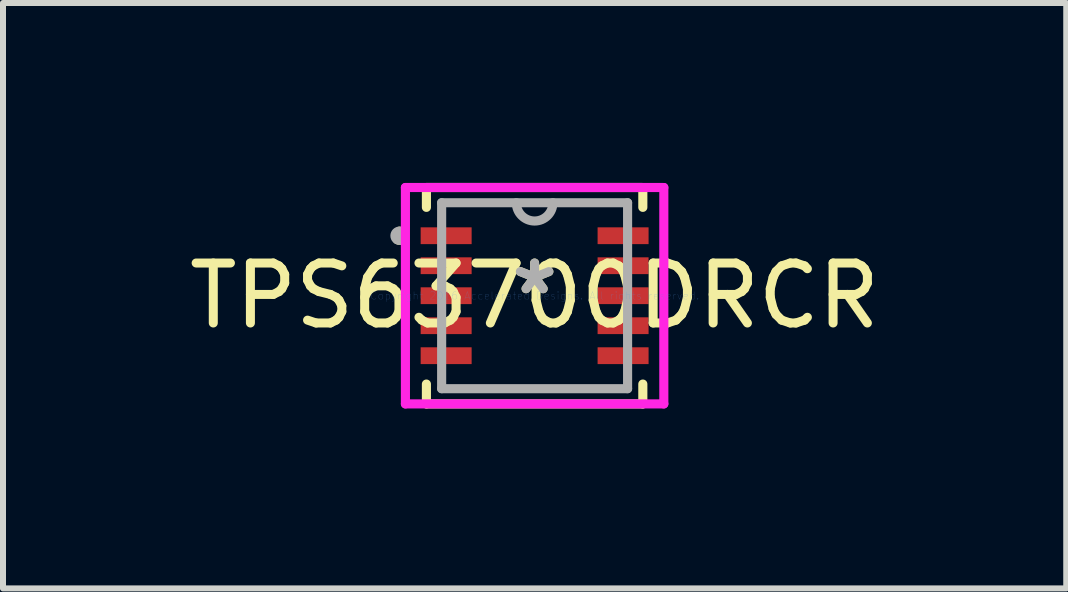
<source format=kicad_pcb>
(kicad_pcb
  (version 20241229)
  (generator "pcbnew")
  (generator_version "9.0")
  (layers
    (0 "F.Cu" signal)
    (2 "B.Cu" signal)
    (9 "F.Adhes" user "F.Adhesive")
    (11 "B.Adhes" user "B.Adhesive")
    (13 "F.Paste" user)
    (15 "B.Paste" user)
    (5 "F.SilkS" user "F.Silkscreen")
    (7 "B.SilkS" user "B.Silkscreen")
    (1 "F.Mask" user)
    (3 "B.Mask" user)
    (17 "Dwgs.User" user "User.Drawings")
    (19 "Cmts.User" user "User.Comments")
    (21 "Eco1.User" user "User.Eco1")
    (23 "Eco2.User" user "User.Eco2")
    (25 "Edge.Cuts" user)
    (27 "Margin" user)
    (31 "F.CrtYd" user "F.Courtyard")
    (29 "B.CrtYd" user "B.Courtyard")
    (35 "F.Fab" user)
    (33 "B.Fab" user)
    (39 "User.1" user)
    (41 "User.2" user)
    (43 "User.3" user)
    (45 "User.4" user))
  (footprint "TPS63700DRCR"
    (layer "F.Cu")
    (at 5.863 1.88)
    (property "Reference" "TPS63700DRCR" (at 0 0 0) (layer "F.SilkS") (effects (font (size 1 1) (thickness 0.15))))
    (attr through_hole)
    (fp_line (start -1.935 -1.175) (end -1.935 -0.825) (stroke (width 0.152) (type solid)) (layer "F.Mask"))
    (fp_line (start -1.935 -0.825) (end -1.015 -0.825) (stroke (width 0.152) (type solid)) (layer "F.Mask"))
    (fp_line (start -1.935 -0.675) (end -1.935 -0.325) (stroke (width 0.152) (type solid)) (layer "F.Mask"))
    (fp_line (start -1.935 -0.325) (end -1.015 -0.325) (stroke (width 0.152) (type solid)) (layer "F.Mask"))
    (fp_line (start -1.935 -0.175) (end -1.935 0.175) (stroke (width 0.152) (type solid)) (layer "F.Mask"))
    (fp_line (start -1.935 0.175) (end -1.015 0.175) (stroke (width 0.152) (type solid)) (layer "F.Mask"))
    (fp_line (start -1.935 0.325) (end -1.935 0.675) (stroke (width 0.152) (type solid)) (layer "F.Mask"))
    (fp_line (start -1.935 0.675) (end -1.015 0.675) (stroke (width 0.152) (type solid)) (layer "F.Mask"))
    (fp_line (start -1.935 0.825) (end -1.935 1.175) (stroke (width 0.152) (type solid)) (layer "F.Mask"))
    (fp_line (start -1.935 1.175) (end -1.015 1.175) (stroke (width 0.152) (type solid)) (layer "F.Mask"))
    (fp_line (start -1.015 -1.175) (end -1.935 -1.175) (stroke (width 0.152) (type solid)) (layer "F.Mask"))
    (fp_line (start -1.015 -0.825) (end -1.015 -1.175) (stroke (width 0.152) (type solid)) (layer "F.Mask"))
    (fp_line (start -1.015 -0.675) (end -1.935 -0.675) (stroke (width 0.152) (type solid)) (layer "F.Mask"))
    (fp_line (start -1.015 -0.325) (end -1.015 -0.675) (stroke (width 0.152) (type solid)) (layer "F.Mask"))
    (fp_line (start -1.015 -0.175) (end -1.935 -0.175) (stroke (width 0.152) (type solid)) (layer "F.Mask"))
    (fp_line (start -1.015 0.175) (end -1.015 -0.175) (stroke (width 0.152) (type solid)) (layer "F.Mask"))
    (fp_line (start -1.015 0.325) (end -1.935 0.325) (stroke (width 0.152) (type solid)) (layer "F.Mask"))
    (fp_line (start -1.015 0.675) (end -1.015 0.325) (stroke (width 0.152) (type solid)) (layer "F.Mask"))
    (fp_line (start -1.015 0.825) (end -1.935 0.825) (stroke (width 0.152) (type solid)) (layer "F.Mask"))
    (fp_line (start -1.015 1.175) (end -1.015 0.825) (stroke (width 0.152) (type solid)) (layer "F.Mask"))
    (fp_line (start 1.015 -1.175) (end 1.015 -0.825) (stroke (width 0.152) (type solid)) (layer "F.Mask"))
    (fp_line (start 1.015 -0.825) (end 1.935 -0.825) (stroke (width 0.152) (type solid)) (layer "F.Mask"))
    (fp_line (start 1.015 -0.675) (end 1.015 -0.325) (stroke (width 0.152) (type solid)) (layer "F.Mask"))
    (fp_line (start 1.015 -0.325) (end 1.935 -0.325) (stroke (width 0.152) (type solid)) (layer "F.Mask"))
    (fp_line (start 1.015 -0.175) (end 1.015 0.175) (stroke (width 0.152) (type solid)) (layer "F.Mask"))
    (fp_line (start 1.015 0.175) (end 1.935 0.175) (stroke (width 0.152) (type solid)) (layer "F.Mask"))
    (fp_line (start 1.015 0.325) (end 1.015 0.675) (stroke (width 0.152) (type solid)) (layer "F.Mask"))
    (fp_line (start 1.015 0.675) (end 1.935 0.675) (stroke (width 0.152) (type solid)) (layer "F.Mask"))
    (fp_line (start 1.015 0.825) (end 1.015 1.175) (stroke (width 0.152) (type solid)) (layer "F.Mask"))
    (fp_line (start 1.015 1.175) (end 1.935 1.175) (stroke (width 0.152) (type solid)) (layer "F.Mask"))
    (fp_line (start 1.935 -1.175) (end 1.015 -1.175) (stroke (width 0.152) (type solid)) (layer "F.Mask"))
    (fp_line (start 1.935 -0.825) (end 1.935 -1.175) (stroke (width 0.152) (type solid)) (layer "F.Mask"))
    (fp_line (start 1.935 -0.675) (end 1.015 -0.675) (stroke (width 0.152) (type solid)) (layer "F.Mask"))
    (fp_line (start 1.935 -0.325) (end 1.935 -0.675) (stroke (width 0.152) (type solid)) (layer "F.Mask"))
    (fp_line (start 1.935 -0.175) (end 1.015 -0.175) (stroke (width 0.152) (type solid)) (layer "F.Mask"))
    (fp_line (start 1.935 0.175) (end 1.935 -0.175) (stroke (width 0.152) (type solid)) (layer "F.Mask"))
    (fp_line (start 1.935 0.325) (end 1.015 0.325) (stroke (width 0.152) (type solid)) (layer "F.Mask"))
    (fp_line (start 1.935 0.675) (end 1.935 0.325) (stroke (width 0.152) (type solid)) (layer "F.Mask"))
    (fp_line (start 1.935 0.825) (end 1.015 0.825) (stroke (width 0.152) (type solid)) (layer "F.Mask"))
    (fp_line (start 1.935 1.175) (end 1.935 0.825) (stroke (width 0.152) (type solid)) (layer "F.Mask"))
    (fp_line (start -1.804 -1.804) (end -1.804 -1.473) (stroke (width 0.152) (type solid)) (layer "F.SilkS"))
    (fp_line (start -1.804 1.473) (end -1.804 1.804) (stroke (width 0.152) (type solid)) (layer "F.SilkS"))
    (fp_line (start -1.804 1.804) (end 1.804 1.804) (stroke (width 0.152) (type solid)) (layer "F.SilkS"))
    (fp_line (start 1.804 -1.804) (end -1.804 -1.804) (stroke (width 0.152) (type solid)) (layer "F.SilkS"))
    (fp_line (start 1.804 -1.473) (end 1.804 -1.804) (stroke (width 0.152) (type solid)) (layer "F.SilkS"))
    (fp_line (start 1.804 1.804) (end 1.804 1.473) (stroke (width 0.152) (type solid)) (layer "F.SilkS"))
    (fp_arc (start -2.2516 -1.0762) (mid -2.177771 -0.981141) (end -2.288144 -0.933135) (stroke (width 0.1524) (type solid)) (layer "F.SilkS"))
    (fp_line (start -1.865 -1.105) (end -1.865 -0.895) (stroke (width 0.152) (type solid)) (layer "F.Paste"))
    (fp_line (start -1.865 -0.895) (end -1.085 -0.895) (stroke (width 0.152) (type solid)) (layer "F.Paste"))
    (fp_line (start -1.865 -0.605) (end -1.865 -0.395) (stroke (width 0.152) (type solid)) (layer "F.Paste"))
    (fp_line (start -1.865 -0.395) (end -1.085 -0.395) (stroke (width 0.152) (type solid)) (layer "F.Paste"))
    (fp_line (start -1.865 -0.105) (end -1.865 0.105) (stroke (width 0.152) (type solid)) (layer "F.Paste"))
    (fp_line (start -1.865 0.105) (end -1.085 0.105) (stroke (width 0.152) (type solid)) (layer "F.Paste"))
    (fp_line (start -1.865 0.395) (end -1.865 0.605) (stroke (width 0.152) (type solid)) (layer "F.Paste"))
    (fp_line (start -1.865 0.605) (end -1.085 0.605) (stroke (width 0.152) (type solid)) (layer "F.Paste"))
    (fp_line (start -1.865 0.895) (end -1.865 1.105) (stroke (width 0.152) (type solid)) (layer "F.Paste"))
    (fp_line (start -1.865 1.105) (end -1.085 1.105) (stroke (width 0.152) (type solid)) (layer "F.Paste"))
    (fp_line (start -1.085 -1.105) (end -1.865 -1.105) (stroke (width 0.152) (type solid)) (layer "F.Paste"))
    (fp_line (start -1.085 -0.895) (end -1.085 -1.105) (stroke (width 0.152) (type solid)) (layer "F.Paste"))
    (fp_line (start -1.085 -0.605) (end -1.865 -0.605) (stroke (width 0.152) (type solid)) (layer "F.Paste"))
    (fp_line (start -1.085 -0.395) (end -1.085 -0.605) (stroke (width 0.152) (type solid)) (layer "F.Paste"))
    (fp_line (start -1.085 -0.105) (end -1.865 -0.105) (stroke (width 0.152) (type solid)) (layer "F.Paste"))
    (fp_line (start -1.085 0.105) (end -1.085 -0.105) (stroke (width 0.152) (type solid)) (layer "F.Paste"))
    (fp_line (start -1.085 0.395) (end -1.865 0.395) (stroke (width 0.152) (type solid)) (layer "F.Paste"))
    (fp_line (start -1.085 0.605) (end -1.085 0.395) (stroke (width 0.152) (type solid)) (layer "F.Paste"))
    (fp_line (start -1.085 0.895) (end -1.865 0.895) (stroke (width 0.152) (type solid)) (layer "F.Paste"))
    (fp_line (start -1.085 1.105) (end -1.085 0.895) (stroke (width 0.152) (type solid)) (layer "F.Paste"))
    (fp_line (start 1.085 -1.105) (end 1.085 -0.895) (stroke (width 0.152) (type solid)) (layer "F.Paste"))
    (fp_line (start 1.085 -0.895) (end 1.865 -0.895) (stroke (width 0.152) (type solid)) (layer "F.Paste"))
    (fp_line (start 1.085 -0.605) (end 1.085 -0.395) (stroke (width 0.152) (type solid)) (layer "F.Paste"))
    (fp_line (start 1.085 -0.395) (end 1.865 -0.395) (stroke (width 0.152) (type solid)) (layer "F.Paste"))
    (fp_line (start 1.085 -0.105) (end 1.085 0.105) (stroke (width 0.152) (type solid)) (layer "F.Paste"))
    (fp_line (start 1.085 0.105) (end 1.865 0.105) (stroke (width 0.152) (type solid)) (layer "F.Paste"))
    (fp_line (start 1.085 0.395) (end 1.085 0.605) (stroke (width 0.152) (type solid)) (layer "F.Paste"))
    (fp_line (start 1.085 0.605) (end 1.865 0.605) (stroke (width 0.152) (type solid)) (layer "F.Paste"))
    (fp_line (start 1.085 0.895) (end 1.085 1.105) (stroke (width 0.152) (type solid)) (layer "F.Paste"))
    (fp_line (start 1.085 1.105) (end 1.865 1.105) (stroke (width 0.152) (type solid)) (layer "F.Paste"))
    (fp_line (start 1.865 -1.105) (end 1.085 -1.105) (stroke (width 0.152) (type solid)) (layer "F.Paste"))
    (fp_line (start 1.865 -0.895) (end 1.865 -1.105) (stroke (width 0.152) (type solid)) (layer "F.Paste"))
    (fp_line (start 1.865 -0.605) (end 1.085 -0.605) (stroke (width 0.152) (type solid)) (layer "F.Paste"))
    (fp_line (start 1.865 -0.395) (end 1.865 -0.605) (stroke (width 0.152) (type solid)) (layer "F.Paste"))
    (fp_line (start 1.865 -0.105) (end 1.085 -0.105) (stroke (width 0.152) (type solid)) (layer "F.Paste"))
    (fp_line (start 1.865 0.105) (end 1.865 -0.105) (stroke (width 0.152) (type solid)) (layer "F.Paste"))
    (fp_line (start 1.865 0.395) (end 1.085 0.395) (stroke (width 0.152) (type solid)) (layer "F.Paste"))
    (fp_line (start 1.865 0.605) (end 1.865 0.395) (stroke (width 0.152) (type solid)) (layer "F.Paste"))
    (fp_line (start 1.865 0.895) (end 1.085 0.895) (stroke (width 0.152) (type solid)) (layer "F.Paste"))
    (fp_line (start 1.865 1.105) (end 1.865 0.895) (stroke (width 0.152) (type solid)) (layer "F.Paste"))
    (fp_line (start -2.154 -1.804) (end 2.154 -1.804) (stroke (width 0.152) (type solid)) (layer "F.CrtYd"))
    (fp_line (start -2.154 1.804) (end -2.154 -1.804) (stroke (width 0.152) (type solid)) (layer "F.CrtYd"))
    (fp_line (start 2.154 -1.804) (end 2.154 1.804) (stroke (width 0.152) (type solid)) (layer "F.CrtYd"))
    (fp_line (start 2.154 1.804) (end -2.154 1.804) (stroke (width 0.152) (type solid)) (layer "F.CrtYd"))
    (fp_line (start -1.55 -1.55) (end -1.55 1.55) (stroke (width 0.152) (type solid)) (layer "F.Fab"))
    (fp_line (start -1.55 1.55) (end 1.55 1.55) (stroke (width 0.152) (type solid)) (layer "F.Fab"))
    (fp_line (start 1.55 -1.55) (end -1.55 -1.55) (stroke (width 0.152) (type solid)) (layer "F.Fab"))
    (fp_line (start 1.55 1.55) (end 1.55 -1.55) (stroke (width 0.152) (type solid)) (layer "F.Fab"))
    (fp_arc (start 0.3048 -1.549999) (mid 0 -1.245199) (end -0.3048 -1.549999) (stroke (width 0.1524) (type solid)) (layer "F.Fab"))
    (fp_circle (center -2.252 -1) (end -2.175 -1) (stroke (width 0.152) (type solid)) (fill no) (layer "F.Fab"))
    (fp_text user "*" (at 0 0 0) (layer "F.SilkS") (effects (font (size 1 1) (thickness 0.15))))
    (fp_text user "Copyright 2016 Accelerated Designs. All rights reserved." (at 0 0 0) (layer "Cmts.User") (effects (font (size 0.127 0.127) (thickness 0.002))))
    (fp_text user "*" (at 0 0 0) (layer "F.Fab") (effects (font (size 1 1) (thickness 0.15))))
    (pad "1" smd rect (at -1.475 -1) (size 0.85 0.28) (layers "F.Cu" "F.Mask" "F.Paste"))
    (pad "2" smd rect (at -1.475 -0.5) (size 0.85 0.28) (layers "F.Cu" "F.Mask" "F.Paste"))
    (pad "3" smd rect (at -1.475 0) (size 0.85 0.28) (layers "F.Cu" "F.Mask" "F.Paste"))
    (pad "4" smd rect (at -1.475 0.5) (size 0.85 0.28) (layers "F.Cu" "F.Mask" "F.Paste"))
    (pad "5" smd rect (at -1.475 1) (size 0.85 0.28) (layers "F.Cu" "F.Mask" "F.Paste"))
    (pad "6" smd rect (at 1.475 1) (size 0.85 0.28) (layers "F.Cu" "F.Mask" "F.Paste"))
    (pad "7" smd rect (at 1.475 0.5) (size 0.85 0.28) (layers "F.Cu" "F.Mask" "F.Paste"))
    (pad "8" smd rect (at 1.475 0) (size 0.85 0.28) (layers "F.Cu" "F.Mask" "F.Paste"))
    (pad "9" smd rect (at 1.475 -0.5) (size 0.85 0.28) (layers "F.Cu" "F.Mask" "F.Paste"))
    (pad "10" smd rect (at 1.475 -1) (size 0.85 0.28) (layers "F.Cu" "F.Mask" "F.Paste")))
  (gr_rect
    (start -3 -3)
    (end 14.726 6.76)
    (stroke (width 0.1) (type default))
    (fill no)
    (layer "Edge.Cuts")))
</source>
